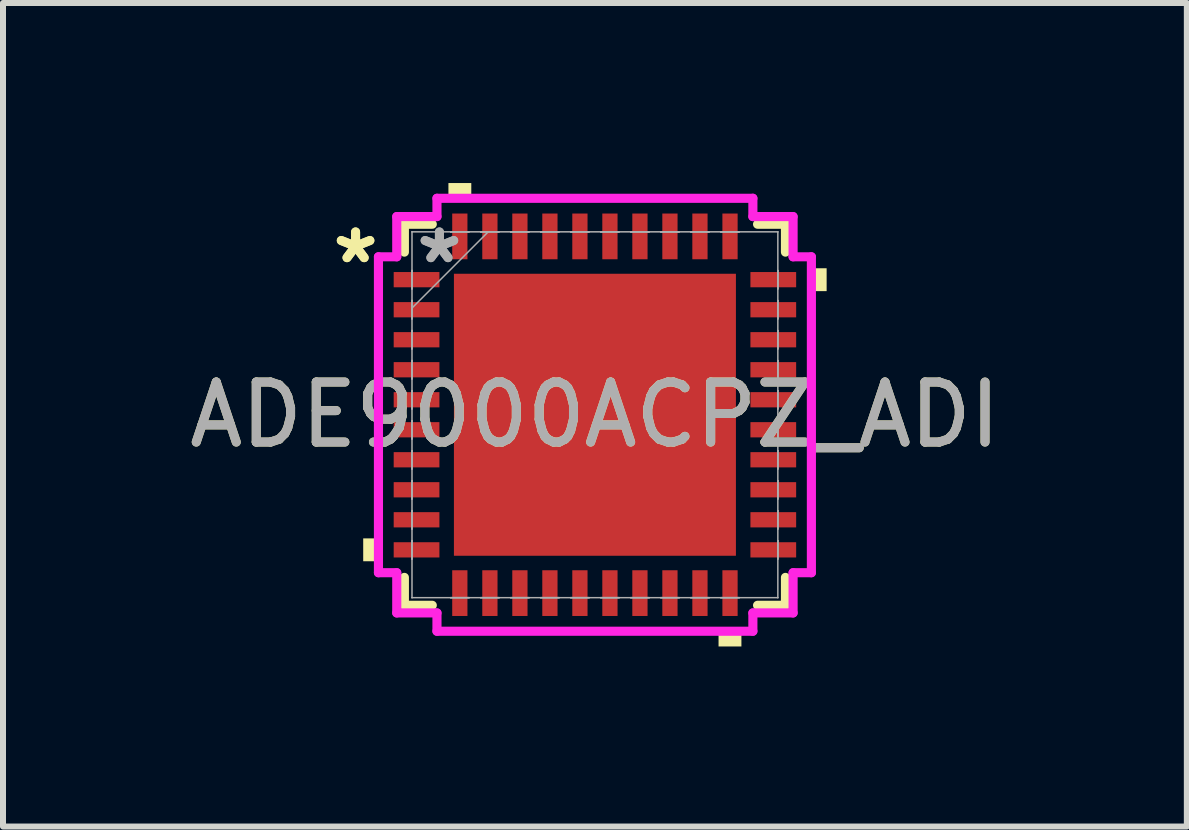
<source format=kicad_pcb>
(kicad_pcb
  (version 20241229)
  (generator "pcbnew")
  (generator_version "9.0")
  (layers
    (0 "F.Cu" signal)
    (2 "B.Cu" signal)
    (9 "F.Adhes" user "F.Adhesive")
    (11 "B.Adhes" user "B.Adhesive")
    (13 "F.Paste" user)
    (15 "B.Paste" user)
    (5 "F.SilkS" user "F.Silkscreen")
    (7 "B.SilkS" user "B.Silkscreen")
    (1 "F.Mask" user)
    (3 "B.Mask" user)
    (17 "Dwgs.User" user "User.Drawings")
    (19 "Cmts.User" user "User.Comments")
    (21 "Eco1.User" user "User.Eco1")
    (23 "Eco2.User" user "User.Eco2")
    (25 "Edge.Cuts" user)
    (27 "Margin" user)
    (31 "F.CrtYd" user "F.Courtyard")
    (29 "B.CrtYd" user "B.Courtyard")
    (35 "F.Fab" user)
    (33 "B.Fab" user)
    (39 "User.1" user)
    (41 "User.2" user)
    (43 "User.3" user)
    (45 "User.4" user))
  (footprint "ADE9000ACPZ_ADI"
    (layer "F.Cu")
    (at 6.863 3.861)
    (property "Reference" "ADE9000ACPZ_ADI" (at 0 0 0) (unlocked yes) (layer "F.SilkS") (effects (font (size 1 1) (thickness 0.15))))
    (attr smd)
    (fp_line (start -3.175 -3.175) (end -3.175 -2.71) (stroke (width 0.152) (type solid)) (layer "F.SilkS"))
    (fp_line (start -3.175 2.71) (end -3.175 3.175) (stroke (width 0.152) (type solid)) (layer "F.SilkS"))
    (fp_line (start -3.175 3.175) (end -2.71 3.175) (stroke (width 0.152) (type solid)) (layer "F.SilkS"))
    (fp_line (start -2.71 -3.175) (end -3.175 -3.175) (stroke (width 0.152) (type solid)) (layer "F.SilkS"))
    (fp_line (start 2.71 3.175) (end 3.175 3.175) (stroke (width 0.152) (type solid)) (layer "F.SilkS"))
    (fp_line (start 3.175 -3.175) (end 2.71 -3.175) (stroke (width 0.152) (type solid)) (layer "F.SilkS"))
    (fp_line (start 3.175 -2.71) (end 3.175 -3.175) (stroke (width 0.152) (type solid)) (layer "F.SilkS"))
    (fp_line (start 3.175 3.175) (end 3.175 2.71) (stroke (width 0.152) (type solid)) (layer "F.SilkS"))
    (fp_poly (pts (xy -3.861 2.06) (xy -3.861 2.441) (xy -3.607 2.441) (xy -3.607 2.06)) (stroke (width 0) (type solid)) (fill yes) (layer "F.SilkS"))
    (fp_poly (pts (xy -2.441 -3.607) (xy -2.441 -3.861) (xy -2.06 -3.861) (xy -2.06 -3.607)) (stroke (width 0) (type solid)) (fill yes) (layer "F.SilkS"))
    (fp_poly (pts (xy 2.06 3.607) (xy 2.06 3.861) (xy 2.441 3.861) (xy 2.441 3.607)) (stroke (width 0) (type solid)) (fill yes) (layer "F.SilkS"))
    (fp_poly (pts (xy 3.861 -2.441) (xy 3.861 -2.06) (xy 3.607 -2.06) (xy 3.607 -2.441)) (stroke (width 0) (type solid)) (fill yes) (layer "F.SilkS"))
    (fp_poly (pts (xy -2.249 -2.249) (xy -2.249 -0.883) (xy -0.883 -0.883) (xy -0.883 -2.249)) (stroke (width 0) (type solid)) (fill yes) (layer "F.Paste"))
    (fp_poly (pts (xy -2.249 -0.683) (xy -2.249 0.683) (xy -0.883 0.683) (xy -0.883 -0.683)) (stroke (width 0) (type solid)) (fill yes) (layer "F.Paste"))
    (fp_poly (pts (xy -2.249 0.883) (xy -2.249 2.249) (xy -0.883 2.249) (xy -0.883 0.883)) (stroke (width 0) (type solid)) (fill yes) (layer "F.Paste"))
    (fp_poly (pts (xy -0.683 -2.249) (xy -0.683 -0.883) (xy 0.683 -0.883) (xy 0.683 -2.249)) (stroke (width 0) (type solid)) (fill yes) (layer "F.Paste"))
    (fp_poly (pts (xy -0.683 -0.683) (xy -0.683 0.683) (xy 0.683 0.683) (xy 0.683 -0.683)) (stroke (width 0) (type solid)) (fill yes) (layer "F.Paste"))
    (fp_poly (pts (xy -0.683 0.883) (xy -0.683 2.249) (xy 0.683 2.249) (xy 0.683 0.883)) (stroke (width 0) (type solid)) (fill yes) (layer "F.Paste"))
    (fp_poly (pts (xy 0.883 -2.249) (xy 0.883 -0.883) (xy 2.249 -0.883) (xy 2.249 -2.249)) (stroke (width 0) (type solid)) (fill yes) (layer "F.Paste"))
    (fp_poly (pts (xy 0.883 -0.683) (xy 0.883 0.683) (xy 2.249 0.683) (xy 2.249 -0.683)) (stroke (width 0) (type solid)) (fill yes) (layer "F.Paste"))
    (fp_poly (pts (xy 0.883 0.883) (xy 0.883 2.249) (xy 2.249 2.249) (xy 2.249 0.883)) (stroke (width 0) (type solid)) (fill yes) (layer "F.Paste"))
    (fp_line (start -3.607 -2.632) (end -3.302 -2.632) (stroke (width 0.152) (type solid)) (layer "F.CrtYd"))
    (fp_line (start -3.607 2.632) (end -3.607 -2.632) (stroke (width 0.152) (type solid)) (layer "F.CrtYd"))
    (fp_line (start -3.302 -3.302) (end -2.632 -3.302) (stroke (width 0.152) (type solid)) (layer "F.CrtYd"))
    (fp_line (start -3.302 -2.632) (end -3.302 -3.302) (stroke (width 0.152) (type solid)) (layer "F.CrtYd"))
    (fp_line (start -3.302 2.632) (end -3.607 2.632) (stroke (width 0.152) (type solid)) (layer "F.CrtYd"))
    (fp_line (start -3.302 3.302) (end -3.302 2.632) (stroke (width 0.152) (type solid)) (layer "F.CrtYd"))
    (fp_line (start -2.632 -3.607) (end 2.632 -3.607) (stroke (width 0.152) (type solid)) (layer "F.CrtYd"))
    (fp_line (start -2.632 -3.302) (end -2.632 -3.607) (stroke (width 0.152) (type solid)) (layer "F.CrtYd"))
    (fp_line (start -2.632 3.302) (end -3.302 3.302) (stroke (width 0.152) (type solid)) (layer "F.CrtYd"))
    (fp_line (start -2.632 3.607) (end -2.632 3.302) (stroke (width 0.152) (type solid)) (layer "F.CrtYd"))
    (fp_line (start 2.632 -3.607) (end 2.632 -3.302) (stroke (width 0.152) (type solid)) (layer "F.CrtYd"))
    (fp_line (start 2.632 -3.302) (end 3.302 -3.302) (stroke (width 0.152) (type solid)) (layer "F.CrtYd"))
    (fp_line (start 2.632 3.302) (end 2.632 3.607) (stroke (width 0.152) (type solid)) (layer "F.CrtYd"))
    (fp_line (start 2.632 3.607) (end -2.632 3.607) (stroke (width 0.152) (type solid)) (layer "F.CrtYd"))
    (fp_line (start 3.302 -3.302) (end 3.302 -2.632) (stroke (width 0.152) (type solid)) (layer "F.CrtYd"))
    (fp_line (start 3.302 -2.632) (end 3.607 -2.632) (stroke (width 0.152) (type solid)) (layer "F.CrtYd"))
    (fp_line (start 3.302 2.632) (end 3.302 3.302) (stroke (width 0.152) (type solid)) (layer "F.CrtYd"))
    (fp_line (start 3.302 3.302) (end 2.632 3.302) (stroke (width 0.152) (type solid)) (layer "F.CrtYd"))
    (fp_line (start 3.607 -2.632) (end 3.607 2.632) (stroke (width 0.152) (type solid)) (layer "F.CrtYd"))
    (fp_line (start 3.607 2.632) (end 3.302 2.632) (stroke (width 0.152) (type solid)) (layer "F.CrtYd"))
    (fp_line (start -3.048 -3.048) (end -3.048 -3.048) (stroke (width 0.025) (type solid)) (layer "F.Fab"))
    (fp_line (start -3.048 -3.048) (end -3.048 3.048) (stroke (width 0.025) (type solid)) (layer "F.Fab"))
    (fp_line (start -3.048 -2.403) (end -3.048 -2.403) (stroke (width 0.025) (type solid)) (layer "F.Fab"))
    (fp_line (start -3.048 -2.403) (end -3.048 -2.098) (stroke (width 0.025) (type solid)) (layer "F.Fab"))
    (fp_line (start -3.048 -2.098) (end -3.048 -2.403) (stroke (width 0.025) (type solid)) (layer "F.Fab"))
    (fp_line (start -3.048 -2.098) (end -3.048 -2.098) (stroke (width 0.025) (type solid)) (layer "F.Fab"))
    (fp_line (start -3.048 -1.903) (end -3.048 -1.903) (stroke (width 0.025) (type solid)) (layer "F.Fab"))
    (fp_line (start -3.048 -1.903) (end -3.048 -1.598) (stroke (width 0.025) (type solid)) (layer "F.Fab"))
    (fp_line (start -3.048 -1.778) (end -1.778 -3.048) (stroke (width 0.025) (type solid)) (layer "F.Fab"))
    (fp_line (start -3.048 -1.598) (end -3.048 -1.903) (stroke (width 0.025) (type solid)) (layer "F.Fab"))
    (fp_line (start -3.048 -1.598) (end -3.048 -1.598) (stroke (width 0.025) (type solid)) (layer "F.Fab"))
    (fp_line (start -3.048 -1.403) (end -3.048 -1.403) (stroke (width 0.025) (type solid)) (layer "F.Fab"))
    (fp_line (start -3.048 -1.403) (end -3.048 -1.098) (stroke (width 0.025) (type solid)) (layer "F.Fab"))
    (fp_line (start -3.048 -1.098) (end -3.048 -1.403) (stroke (width 0.025) (type solid)) (layer "F.Fab"))
    (fp_line (start -3.048 -1.098) (end -3.048 -1.098) (stroke (width 0.025) (type solid)) (layer "F.Fab"))
    (fp_line (start -3.048 -0.903) (end -3.048 -0.903) (stroke (width 0.025) (type solid)) (layer "F.Fab"))
    (fp_line (start -3.048 -0.903) (end -3.048 -0.598) (stroke (width 0.025) (type solid)) (layer "F.Fab"))
    (fp_line (start -3.048 -0.598) (end -3.048 -0.903) (stroke (width 0.025) (type solid)) (layer "F.Fab"))
    (fp_line (start -3.048 -0.598) (end -3.048 -0.598) (stroke (width 0.025) (type solid)) (layer "F.Fab"))
    (fp_line (start -3.048 -0.402) (end -3.048 -0.402) (stroke (width 0.025) (type solid)) (layer "F.Fab"))
    (fp_line (start -3.048 -0.402) (end -3.048 -0.098) (stroke (width 0.025) (type solid)) (layer "F.Fab"))
    (fp_line (start -3.048 -0.098) (end -3.048 -0.402) (stroke (width 0.025) (type solid)) (layer "F.Fab"))
    (fp_line (start -3.048 -0.098) (end -3.048 -0.098) (stroke (width 0.025) (type solid)) (layer "F.Fab"))
    (fp_line (start -3.048 0.098) (end -3.048 0.098) (stroke (width 0.025) (type solid)) (layer "F.Fab"))
    (fp_line (start -3.048 0.098) (end -3.048 0.402) (stroke (width 0.025) (type solid)) (layer "F.Fab"))
    (fp_line (start -3.048 0.402) (end -3.048 0.098) (stroke (width 0.025) (type solid)) (layer "F.Fab"))
    (fp_line (start -3.048 0.402) (end -3.048 0.402) (stroke (width 0.025) (type solid)) (layer "F.Fab"))
    (fp_line (start -3.048 0.598) (end -3.048 0.598) (stroke (width 0.025) (type solid)) (layer "F.Fab"))
    (fp_line (start -3.048 0.598) (end -3.048 0.903) (stroke (width 0.025) (type solid)) (layer "F.Fab"))
    (fp_line (start -3.048 0.903) (end -3.048 0.598) (stroke (width 0.025) (type solid)) (layer "F.Fab"))
    (fp_line (start -3.048 0.903) (end -3.048 0.903) (stroke (width 0.025) (type solid)) (layer "F.Fab"))
    (fp_line (start -3.048 1.098) (end -3.048 1.098) (stroke (width 0.025) (type solid)) (layer "F.Fab"))
    (fp_line (start -3.048 1.098) (end -3.048 1.403) (stroke (width 0.025) (type solid)) (layer "F.Fab"))
    (fp_line (start -3.048 1.403) (end -3.048 1.098) (stroke (width 0.025) (type solid)) (layer "F.Fab"))
    (fp_line (start -3.048 1.403) (end -3.048 1.403) (stroke (width 0.025) (type solid)) (layer "F.Fab"))
    (fp_line (start -3.048 1.598) (end -3.048 1.598) (stroke (width 0.025) (type solid)) (layer "F.Fab"))
    (fp_line (start -3.048 1.598) (end -3.048 1.903) (stroke (width 0.025) (type solid)) (layer "F.Fab"))
    (fp_line (start -3.048 1.903) (end -3.048 1.598) (stroke (width 0.025) (type solid)) (layer "F.Fab"))
    (fp_line (start -3.048 1.903) (end -3.048 1.903) (stroke (width 0.025) (type solid)) (layer "F.Fab"))
    (fp_line (start -3.048 2.098) (end -3.048 2.098) (stroke (width 0.025) (type solid)) (layer "F.Fab"))
    (fp_line (start -3.048 2.098) (end -3.048 2.403) (stroke (width 0.025) (type solid)) (layer "F.Fab"))
    (fp_line (start -3.048 2.403) (end -3.048 2.098) (stroke (width 0.025) (type solid)) (layer "F.Fab"))
    (fp_line (start -3.048 2.403) (end -3.048 2.403) (stroke (width 0.025) (type solid)) (layer "F.Fab"))
    (fp_line (start -3.048 3.048) (end -3.048 3.048) (stroke (width 0.025) (type solid)) (layer "F.Fab"))
    (fp_line (start -3.048 3.048) (end 3.048 3.048) (stroke (width 0.025) (type solid)) (layer "F.Fab"))
    (fp_line (start -2.403 -3.048) (end -2.403 -3.048) (stroke (width 0.025) (type solid)) (layer "F.Fab"))
    (fp_line (start -2.403 -3.048) (end -2.098 -3.048) (stroke (width 0.025) (type solid)) (layer "F.Fab"))
    (fp_line (start -2.403 3.048) (end -2.403 3.048) (stroke (width 0.025) (type solid)) (layer "F.Fab"))
    (fp_line (start -2.403 3.048) (end -2.098 3.048) (stroke (width 0.025) (type solid)) (layer "F.Fab"))
    (fp_line (start -2.098 -3.048) (end -2.403 -3.048) (stroke (width 0.025) (type solid)) (layer "F.Fab"))
    (fp_line (start -2.098 -3.048) (end -2.098 -3.048) (stroke (width 0.025) (type solid)) (layer "F.Fab"))
    (fp_line (start -2.098 3.048) (end -2.403 3.048) (stroke (width 0.025) (type solid)) (layer "F.Fab"))
    (fp_line (start -2.098 3.048) (end -2.098 3.048) (stroke (width 0.025) (type solid)) (layer "F.Fab"))
    (fp_line (start -1.903 -3.048) (end -1.903 -3.048) (stroke (width 0.025) (type solid)) (layer "F.Fab"))
    (fp_line (start -1.903 -3.048) (end -1.598 -3.048) (stroke (width 0.025) (type solid)) (layer "F.Fab"))
    (fp_line (start -1.903 3.048) (end -1.903 3.048) (stroke (width 0.025) (type solid)) (layer "F.Fab"))
    (fp_line (start -1.903 3.048) (end -1.598 3.048) (stroke (width 0.025) (type solid)) (layer "F.Fab"))
    (fp_line (start -1.598 -3.048) (end -1.903 -3.048) (stroke (width 0.025) (type solid)) (layer "F.Fab"))
    (fp_line (start -1.598 -3.048) (end -1.598 -3.048) (stroke (width 0.025) (type solid)) (layer "F.Fab"))
    (fp_line (start -1.598 3.048) (end -1.903 3.048) (stroke (width 0.025) (type solid)) (layer "F.Fab"))
    (fp_line (start -1.598 3.048) (end -1.598 3.048) (stroke (width 0.025) (type solid)) (layer "F.Fab"))
    (fp_line (start -1.403 -3.048) (end -1.403 -3.048) (stroke (width 0.025) (type solid)) (layer "F.Fab"))
    (fp_line (start -1.403 -3.048) (end -1.098 -3.048) (stroke (width 0.025) (type solid)) (layer "F.Fab"))
    (fp_line (start -1.403 3.048) (end -1.403 3.048) (stroke (width 0.025) (type solid)) (layer "F.Fab"))
    (fp_line (start -1.403 3.048) (end -1.098 3.048) (stroke (width 0.025) (type solid)) (layer "F.Fab"))
    (fp_line (start -1.098 -3.048) (end -1.403 -3.048) (stroke (width 0.025) (type solid)) (layer "F.Fab"))
    (fp_line (start -1.098 -3.048) (end -1.098 -3.048) (stroke (width 0.025) (type solid)) (layer "F.Fab"))
    (fp_line (start -1.098 3.048) (end -1.403 3.048) (stroke (width 0.025) (type solid)) (layer "F.Fab"))
    (fp_line (start -1.098 3.048) (end -1.098 3.048) (stroke (width 0.025) (type solid)) (layer "F.Fab"))
    (fp_line (start -0.903 -3.048) (end -0.903 -3.048) (stroke (width 0.025) (type solid)) (layer "F.Fab"))
    (fp_line (start -0.903 -3.048) (end -0.598 -3.048) (stroke (width 0.025) (type solid)) (layer "F.Fab"))
    (fp_line (start -0.903 3.048) (end -0.903 3.048) (stroke (width 0.025) (type solid)) (layer "F.Fab"))
    (fp_line (start -0.903 3.048) (end -0.598 3.048) (stroke (width 0.025) (type solid)) (layer "F.Fab"))
    (fp_line (start -0.598 -3.048) (end -0.903 -3.048) (stroke (width 0.025) (type solid)) (layer "F.Fab"))
    (fp_line (start -0.598 -3.048) (end -0.598 -3.048) (stroke (width 0.025) (type solid)) (layer "F.Fab"))
    (fp_line (start -0.598 3.048) (end -0.903 3.048) (stroke (width 0.025) (type solid)) (layer "F.Fab"))
    (fp_line (start -0.598 3.048) (end -0.598 3.048) (stroke (width 0.025) (type solid)) (layer "F.Fab"))
    (fp_line (start -0.402 -3.048) (end -0.402 -3.048) (stroke (width 0.025) (type solid)) (layer "F.Fab"))
    (fp_line (start -0.402 -3.048) (end -0.098 -3.048) (stroke (width 0.025) (type solid)) (layer "F.Fab"))
    (fp_line (start -0.402 3.048) (end -0.402 3.048) (stroke (width 0.025) (type solid)) (layer "F.Fab"))
    (fp_line (start -0.402 3.048) (end -0.098 3.048) (stroke (width 0.025) (type solid)) (layer "F.Fab"))
    (fp_line (start -0.098 -3.048) (end -0.402 -3.048) (stroke (width 0.025) (type solid)) (layer "F.Fab"))
    (fp_line (start -0.098 -3.048) (end -0.098 -3.048) (stroke (width 0.025) (type solid)) (layer "F.Fab"))
    (fp_line (start -0.098 3.048) (end -0.402 3.048) (stroke (width 0.025) (type solid)) (layer "F.Fab"))
    (fp_line (start -0.098 3.048) (end -0.098 3.048) (stroke (width 0.025) (type solid)) (layer "F.Fab"))
    (fp_line (start 0.098 -3.048) (end 0.098 -3.048) (stroke (width 0.025) (type solid)) (layer "F.Fab"))
    (fp_line (start 0.098 -3.048) (end 0.402 -3.048) (stroke (width 0.025) (type solid)) (layer "F.Fab"))
    (fp_line (start 0.098 3.048) (end 0.098 3.048) (stroke (width 0.025) (type solid)) (layer "F.Fab"))
    (fp_line (start 0.098 3.048) (end 0.402 3.048) (stroke (width 0.025) (type solid)) (layer "F.Fab"))
    (fp_line (start 0.402 -3.048) (end 0.098 -3.048) (stroke (width 0.025) (type solid)) (layer "F.Fab"))
    (fp_line (start 0.402 -3.048) (end 0.402 -3.048) (stroke (width 0.025) (type solid)) (layer "F.Fab"))
    (fp_line (start 0.402 3.048) (end 0.098 3.048) (stroke (width 0.025) (type solid)) (layer "F.Fab"))
    (fp_line (start 0.402 3.048) (end 0.402 3.048) (stroke (width 0.025) (type solid)) (layer "F.Fab"))
    (fp_line (start 0.598 -3.048) (end 0.598 -3.048) (stroke (width 0.025) (type solid)) (layer "F.Fab"))
    (fp_line (start 0.598 -3.048) (end 0.903 -3.048) (stroke (width 0.025) (type solid)) (layer "F.Fab"))
    (fp_line (start 0.598 3.048) (end 0.598 3.048) (stroke (width 0.025) (type solid)) (layer "F.Fab"))
    (fp_line (start 0.598 3.048) (end 0.903 3.048) (stroke (width 0.025) (type solid)) (layer "F.Fab"))
    (fp_line (start 0.903 -3.048) (end 0.598 -3.048) (stroke (width 0.025) (type solid)) (layer "F.Fab"))
    (fp_line (start 0.903 -3.048) (end 0.903 -3.048) (stroke (width 0.025) (type solid)) (layer "F.Fab"))
    (fp_line (start 0.903 3.048) (end 0.598 3.048) (stroke (width 0.025) (type solid)) (layer "F.Fab"))
    (fp_line (start 0.903 3.048) (end 0.903 3.048) (stroke (width 0.025) (type solid)) (layer "F.Fab"))
    (fp_line (start 1.098 -3.048) (end 1.098 -3.048) (stroke (width 0.025) (type solid)) (layer "F.Fab"))
    (fp_line (start 1.098 -3.048) (end 1.403 -3.048) (stroke (width 0.025) (type solid)) (layer "F.Fab"))
    (fp_line (start 1.098 3.048) (end 1.098 3.048) (stroke (width 0.025) (type solid)) (layer "F.Fab"))
    (fp_line (start 1.098 3.048) (end 1.403 3.048) (stroke (width 0.025) (type solid)) (layer "F.Fab"))
    (fp_line (start 1.403 -3.048) (end 1.098 -3.048) (stroke (width 0.025) (type solid)) (layer "F.Fab"))
    (fp_line (start 1.403 -3.048) (end 1.403 -3.048) (stroke (width 0.025) (type solid)) (layer "F.Fab"))
    (fp_line (start 1.403 3.048) (end 1.098 3.048) (stroke (width 0.025) (type solid)) (layer "F.Fab"))
    (fp_line (start 1.403 3.048) (end 1.403 3.048) (stroke (width 0.025) (type solid)) (layer "F.Fab"))
    (fp_line (start 1.598 -3.048) (end 1.598 -3.048) (stroke (width 0.025) (type solid)) (layer "F.Fab"))
    (fp_line (start 1.598 -3.048) (end 1.903 -3.048) (stroke (width 0.025) (type solid)) (layer "F.Fab"))
    (fp_line (start 1.598 3.048) (end 1.598 3.048) (stroke (width 0.025) (type solid)) (layer "F.Fab"))
    (fp_line (start 1.598 3.048) (end 1.903 3.048) (stroke (width 0.025) (type solid)) (layer "F.Fab"))
    (fp_line (start 1.903 -3.048) (end 1.598 -3.048) (stroke (width 0.025) (type solid)) (layer "F.Fab"))
    (fp_line (start 1.903 -3.048) (end 1.903 -3.048) (stroke (width 0.025) (type solid)) (layer "F.Fab"))
    (fp_line (start 1.903 3.048) (end 1.598 3.048) (stroke (width 0.025) (type solid)) (layer "F.Fab"))
    (fp_line (start 1.903 3.048) (end 1.903 3.048) (stroke (width 0.025) (type solid)) (layer "F.Fab"))
    (fp_line (start 2.098 -3.048) (end 2.098 -3.048) (stroke (width 0.025) (type solid)) (layer "F.Fab"))
    (fp_line (start 2.098 -3.048) (end 2.403 -3.048) (stroke (width 0.025) (type solid)) (layer "F.Fab"))
    (fp_line (start 2.098 3.048) (end 2.098 3.048) (stroke (width 0.025) (type solid)) (layer "F.Fab"))
    (fp_line (start 2.098 3.048) (end 2.403 3.048) (stroke (width 0.025) (type solid)) (layer "F.Fab"))
    (fp_line (start 2.403 -3.048) (end 2.098 -3.048) (stroke (width 0.025) (type solid)) (layer "F.Fab"))
    (fp_line (start 2.403 -3.048) (end 2.403 -3.048) (stroke (width 0.025) (type solid)) (layer "F.Fab"))
    (fp_line (start 2.403 3.048) (end 2.098 3.048) (stroke (width 0.025) (type solid)) (layer "F.Fab"))
    (fp_line (start 2.403 3.048) (end 2.403 3.048) (stroke (width 0.025) (type solid)) (layer "F.Fab"))
    (fp_line (start 3.048 -3.048) (end -3.048 -3.048) (stroke (width 0.025) (type solid)) (layer "F.Fab"))
    (fp_line (start 3.048 -3.048) (end 3.048 -3.048) (stroke (width 0.025) (type solid)) (layer "F.Fab"))
    (fp_line (start 3.048 -2.403) (end 3.048 -2.403) (stroke (width 0.025) (type solid)) (layer "F.Fab"))
    (fp_line (start 3.048 -2.403) (end 3.048 -2.098) (stroke (width 0.025) (type solid)) (layer "F.Fab"))
    (fp_line (start 3.048 -2.098) (end 3.048 -2.403) (stroke (width 0.025) (type solid)) (layer "F.Fab"))
    (fp_line (start 3.048 -2.098) (end 3.048 -2.098) (stroke (width 0.025) (type solid)) (layer "F.Fab"))
    (fp_line (start 3.048 -1.903) (end 3.048 -1.903) (stroke (width 0.025) (type solid)) (layer "F.Fab"))
    (fp_line (start 3.048 -1.903) (end 3.048 -1.598) (stroke (width 0.025) (type solid)) (layer "F.Fab"))
    (fp_line (start 3.048 -1.598) (end 3.048 -1.903) (stroke (width 0.025) (type solid)) (layer "F.Fab"))
    (fp_line (start 3.048 -1.598) (end 3.048 -1.598) (stroke (width 0.025) (type solid)) (layer "F.Fab"))
    (fp_line (start 3.048 -1.403) (end 3.048 -1.403) (stroke (width 0.025) (type solid)) (layer "F.Fab"))
    (fp_line (start 3.048 -1.403) (end 3.048 -1.098) (stroke (width 0.025) (type solid)) (layer "F.Fab"))
    (fp_line (start 3.048 -1.098) (end 3.048 -1.403) (stroke (width 0.025) (type solid)) (layer "F.Fab"))
    (fp_line (start 3.048 -1.098) (end 3.048 -1.098) (stroke (width 0.025) (type solid)) (layer "F.Fab"))
    (fp_line (start 3.048 -0.903) (end 3.048 -0.903) (stroke (width 0.025) (type solid)) (layer "F.Fab"))
    (fp_line (start 3.048 -0.903) (end 3.048 -0.598) (stroke (width 0.025) (type solid)) (layer "F.Fab"))
    (fp_line (start 3.048 -0.598) (end 3.048 -0.903) (stroke (width 0.025) (type solid)) (layer "F.Fab"))
    (fp_line (start 3.048 -0.598) (end 3.048 -0.598) (stroke (width 0.025) (type solid)) (layer "F.Fab"))
    (fp_line (start 3.048 -0.402) (end 3.048 -0.402) (stroke (width 0.025) (type solid)) (layer "F.Fab"))
    (fp_line (start 3.048 -0.402) (end 3.048 -0.098) (stroke (width 0.025) (type solid)) (layer "F.Fab"))
    (fp_line (start 3.048 -0.098) (end 3.048 -0.402) (stroke (width 0.025) (type solid)) (layer "F.Fab"))
    (fp_line (start 3.048 -0.098) (end 3.048 -0.098) (stroke (width 0.025) (type solid)) (layer "F.Fab"))
    (fp_line (start 3.048 0.098) (end 3.048 0.098) (stroke (width 0.025) (type solid)) (layer "F.Fab"))
    (fp_line (start 3.048 0.098) (end 3.048 0.402) (stroke (width 0.025) (type solid)) (layer "F.Fab"))
    (fp_line (start 3.048 0.402) (end 3.048 0.098) (stroke (width 0.025) (type solid)) (layer "F.Fab"))
    (fp_line (start 3.048 0.402) (end 3.048 0.402) (stroke (width 0.025) (type solid)) (layer "F.Fab"))
    (fp_line (start 3.048 0.598) (end 3.048 0.598) (stroke (width 0.025) (type solid)) (layer "F.Fab"))
    (fp_line (start 3.048 0.598) (end 3.048 0.903) (stroke (width 0.025) (type solid)) (layer "F.Fab"))
    (fp_line (start 3.048 0.903) (end 3.048 0.598) (stroke (width 0.025) (type solid)) (layer "F.Fab"))
    (fp_line (start 3.048 0.903) (end 3.048 0.903) (stroke (width 0.025) (type solid)) (layer "F.Fab"))
    (fp_line (start 3.048 1.098) (end 3.048 1.098) (stroke (width 0.025) (type solid)) (layer "F.Fab"))
    (fp_line (start 3.048 1.098) (end 3.048 1.403) (stroke (width 0.025) (type solid)) (layer "F.Fab"))
    (fp_line (start 3.048 1.403) (end 3.048 1.098) (stroke (width 0.025) (type solid)) (layer "F.Fab"))
    (fp_line (start 3.048 1.403) (end 3.048 1.403) (stroke (width 0.025) (type solid)) (layer "F.Fab"))
    (fp_line (start 3.048 1.598) (end 3.048 1.598) (stroke (width 0.025) (type solid)) (layer "F.Fab"))
    (fp_line (start 3.048 1.598) (end 3.048 1.903) (stroke (width 0.025) (type solid)) (layer "F.Fab"))
    (fp_line (start 3.048 1.903) (end 3.048 1.598) (stroke (width 0.025) (type solid)) (layer "F.Fab"))
    (fp_line (start 3.048 1.903) (end 3.048 1.903) (stroke (width 0.025) (type solid)) (layer "F.Fab"))
    (fp_line (start 3.048 2.098) (end 3.048 2.098) (stroke (width 0.025) (type solid)) (layer "F.Fab"))
    (fp_line (start 3.048 2.098) (end 3.048 2.403) (stroke (width 0.025) (type solid)) (layer "F.Fab"))
    (fp_line (start 3.048 2.403) (end 3.048 2.098) (stroke (width 0.025) (type solid)) (layer "F.Fab"))
    (fp_line (start 3.048 2.403) (end 3.048 2.403) (stroke (width 0.025) (type solid)) (layer "F.Fab"))
    (fp_line (start 3.048 3.048) (end 3.048 -3.048) (stroke (width 0.025) (type solid)) (layer "F.Fab"))
    (fp_line (start 3.048 3.048) (end 3.048 3.048) (stroke (width 0.025) (type solid)) (layer "F.Fab"))
    (fp_text user "*" (at -3.988 -2.501 0) (unlocked yes) (layer "F.SilkS") (effects (font (size 1 1) (thickness 0.15))))
    (fp_text user "*" (at -3.988 -2.501 0) (layer "F.SilkS") (effects (font (size 1 1) (thickness 0.15))))
    (fp_text user "*" (at -2.591 -2.501 0) (unlocked yes) (layer "F.Fab") (effects (font (size 1 1) (thickness 0.15))))
    (fp_text user "*" (at -2.591 -2.501 0) (layer "F.Fab") (effects (font (size 1 1) (thickness 0.15))))
    (fp_text user "${REFERENCE}" (at 0 0 0) (unlocked yes) (layer "F.Fab") (effects (font (size 1 1) (thickness 0.15))))
    (pad "1" smd rect (at -2.972 -2.251 90) (size 0.254 0.762) (layers "F.Cu" "F.Mask" "F.Paste"))
    (pad "2" smd rect (at -2.972 -1.75 90) (size 0.254 0.762) (layers "F.Cu" "F.Mask" "F.Paste"))
    (pad "3" smd rect (at -2.972 -1.25 90) (size 0.254 0.762) (layers "F.Cu" "F.Mask" "F.Paste"))
    (pad "4" smd rect (at -2.972 -0.75 90) (size 0.254 0.762) (layers "F.Cu" "F.Mask" "F.Paste"))
    (pad "5" smd rect (at -2.972 -0.25 90) (size 0.254 0.762) (layers "F.Cu" "F.Mask" "F.Paste"))
    (pad "6" smd rect (at -2.972 0.25 90) (size 0.254 0.762) (layers "F.Cu" "F.Mask" "F.Paste"))
    (pad "7" smd rect (at -2.972 0.75 90) (size 0.254 0.762) (layers "F.Cu" "F.Mask" "F.Paste"))
    (pad "8" smd rect (at -2.972 1.25 90) (size 0.254 0.762) (layers "F.Cu" "F.Mask" "F.Paste"))
    (pad "9" smd rect (at -2.972 1.75 90) (size 0.254 0.762) (layers "F.Cu" "F.Mask" "F.Paste"))
    (pad "10" smd rect (at -2.972 2.251 90) (size 0.254 0.762) (layers "F.Cu" "F.Mask" "F.Paste"))
    (pad "11" smd rect (at -2.251 2.972) (size 0.254 0.762) (layers "F.Cu" "F.Mask" "F.Paste"))
    (pad "12" smd rect (at -1.75 2.972) (size 0.254 0.762) (layers "F.Cu" "F.Mask" "F.Paste"))
    (pad "13" smd rect (at -1.25 2.972) (size 0.254 0.762) (layers "F.Cu" "F.Mask" "F.Paste"))
    (pad "14" smd rect (at -0.75 2.972) (size 0.254 0.762) (layers "F.Cu" "F.Mask" "F.Paste"))
    (pad "15" smd rect (at -0.25 2.972) (size 0.254 0.762) (layers "F.Cu" "F.Mask" "F.Paste"))
    (pad "16" smd rect (at 0.25 2.972) (size 0.254 0.762) (layers "F.Cu" "F.Mask" "F.Paste"))
    (pad "17" smd rect (at 0.75 2.972) (size 0.254 0.762) (layers "F.Cu" "F.Mask" "F.Paste"))
    (pad "18" smd rect (at 1.25 2.972) (size 0.254 0.762) (layers "F.Cu" "F.Mask" "F.Paste"))
    (pad "19" smd rect (at 1.75 2.972) (size 0.254 0.762) (layers "F.Cu" "F.Mask" "F.Paste"))
    (pad "20" smd rect (at 2.251 2.972) (size 0.254 0.762) (layers "F.Cu" "F.Mask" "F.Paste"))
    (pad "21" smd rect (at 2.972 2.251 90) (size 0.254 0.762) (layers "F.Cu" "F.Mask" "F.Paste"))
    (pad "22" smd rect (at 2.972 1.75 90) (size 0.254 0.762) (layers "F.Cu" "F.Mask" "F.Paste"))
    (pad "23" smd rect (at 2.972 1.25 90) (size 0.254 0.762) (layers "F.Cu" "F.Mask" "F.Paste"))
    (pad "24" smd rect (at 2.972 0.75 90) (size 0.254 0.762) (layers "F.Cu" "F.Mask" "F.Paste"))
    (pad "25" smd rect (at 2.972 0.25 90) (size 0.254 0.762) (layers "F.Cu" "F.Mask" "F.Paste"))
    (pad "26" smd rect (at 2.972 -0.25 90) (size 0.254 0.762) (layers "F.Cu" "F.Mask" "F.Paste"))
    (pad "27" smd rect (at 2.972 -0.75 90) (size 0.254 0.762) (layers "F.Cu" "F.Mask" "F.Paste"))
    (pad "28" smd rect (at 2.972 -1.25 90) (size 0.254 0.762) (layers "F.Cu" "F.Mask" "F.Paste"))
    (pad "29" smd rect (at 2.972 -1.75 90) (size 0.254 0.762) (layers "F.Cu" "F.Mask" "F.Paste"))
    (pad "30" smd rect (at 2.972 -2.251 90) (size 0.254 0.762) (layers "F.Cu" "F.Mask" "F.Paste"))
    (pad "31" smd rect (at 2.251 -2.972) (size 0.254 0.762) (layers "F.Cu" "F.Mask" "F.Paste"))
    (pad "32" smd rect (at 1.75 -2.972) (size 0.254 0.762) (layers "F.Cu" "F.Mask" "F.Paste"))
    (pad "33" smd rect (at 1.25 -2.972) (size 0.254 0.762) (layers "F.Cu" "F.Mask" "F.Paste"))
    (pad "34" smd rect (at 0.75 -2.972) (size 0.254 0.762) (layers "F.Cu" "F.Mask" "F.Paste"))
    (pad "35" smd rect (at 0.25 -2.972) (size 0.254 0.762) (layers "F.Cu" "F.Mask" "F.Paste"))
    (pad "36" smd rect (at -0.25 -2.972) (size 0.254 0.762) (layers "F.Cu" "F.Mask" "F.Paste"))
    (pad "37" smd rect (at -0.75 -2.972) (size 0.254 0.762) (layers "F.Cu" "F.Mask" "F.Paste"))
    (pad "38" smd rect (at -1.25 -2.972) (size 0.254 0.762) (layers "F.Cu" "F.Mask" "F.Paste"))
    (pad "39" smd rect (at -1.75 -2.972) (size 0.254 0.762) (layers "F.Cu" "F.Mask" "F.Paste"))
    (pad "40" smd rect (at -2.251 -2.972) (size 0.254 0.762) (layers "F.Cu" "F.Mask" "F.Paste"))
    (pad "41" smd rect (at 0 0) (size 4.699 4.699) (layers "F.Cu" "F.Mask")))
  (gr_rect
    (start -3 -3)
    (end 16.726 10.722)
    (stroke (width 0.1) (type default))
    (fill no)
    (layer "Edge.Cuts")))
</source>
